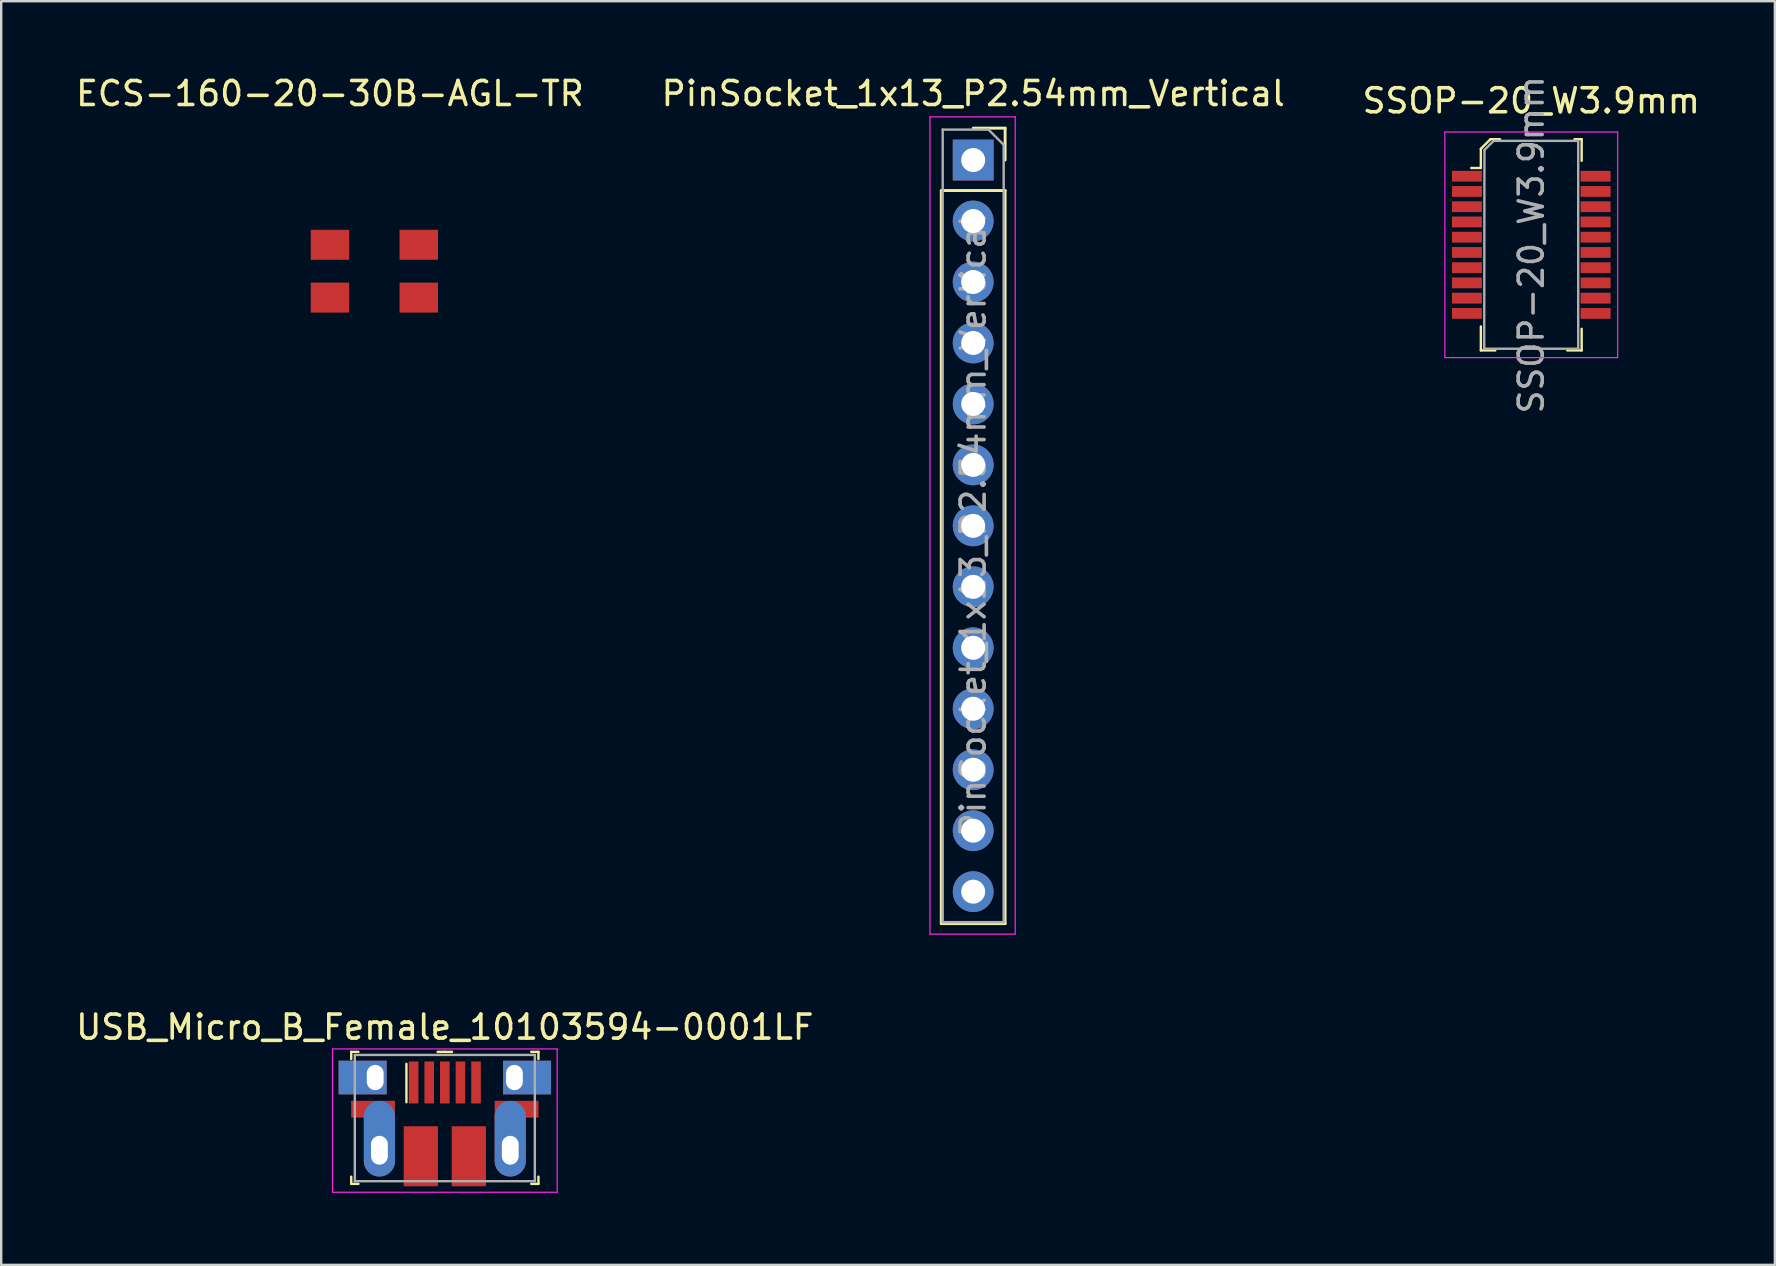
<source format=kicad_pcb>
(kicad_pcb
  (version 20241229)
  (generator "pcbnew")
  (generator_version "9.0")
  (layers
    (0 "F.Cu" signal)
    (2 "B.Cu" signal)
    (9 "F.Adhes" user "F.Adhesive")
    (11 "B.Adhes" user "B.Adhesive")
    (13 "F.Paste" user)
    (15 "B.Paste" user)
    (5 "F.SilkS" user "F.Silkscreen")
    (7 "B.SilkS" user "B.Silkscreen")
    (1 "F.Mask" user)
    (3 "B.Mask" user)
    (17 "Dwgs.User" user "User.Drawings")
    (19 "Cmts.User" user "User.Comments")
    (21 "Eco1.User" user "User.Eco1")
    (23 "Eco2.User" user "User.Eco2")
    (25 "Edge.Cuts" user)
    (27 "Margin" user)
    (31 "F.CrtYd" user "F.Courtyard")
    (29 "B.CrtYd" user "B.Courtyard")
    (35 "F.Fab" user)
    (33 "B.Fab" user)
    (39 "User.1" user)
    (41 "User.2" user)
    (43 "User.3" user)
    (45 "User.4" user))
  (footprint "USB_Micro_B_Female_10103594-0001LF"
    (layer "F.Cu")
    (at 15.482 44.871)
    (property "Reference" "USB_Micro_B_Female_10103594-0001LF" (at 0 -5.13 0) (layer "F.SilkS") (effects (font (size 1 1) (thickness 0.15))))
    (attr smd)
    (fp_line (start -3.9 -4.1) (end -3.9 -3.8) (stroke (width 0.1) (type solid)) (layer "F.SilkS"))
    (fp_line (start -3.9 -4.1) (end -3.6 -4.1) (stroke (width 0.1) (type solid)) (layer "F.SilkS"))
    (fp_line (start -3.9 1.4) (end -3.9 1.1) (stroke (width 0.1) (type solid)) (layer "F.SilkS"))
    (fp_line (start -3.9 1.4) (end -3.6 1.4) (stroke (width 0.1) (type solid)) (layer "F.SilkS"))
    (fp_line (start -1.6 -3.6) (end -1.6 -2) (stroke (width 0.1) (type solid)) (layer "F.SilkS"))
    (fp_line (start 0 -4.1) (end -0.3 -4.1) (stroke (width 0.1) (type solid)) (layer "F.SilkS"))
    (fp_line (start 0 -4.1) (end 0.3 -4.1) (stroke (width 0.1) (type solid)) (layer "F.SilkS"))
    (fp_line (start 3.9 -4.1) (end 3.6 -4.1) (stroke (width 0.1) (type solid)) (layer "F.SilkS"))
    (fp_line (start 3.9 -4.1) (end 3.9 -3.8) (stroke (width 0.1) (type solid)) (layer "F.SilkS"))
    (fp_line (start 3.9 1.4) (end 3.6 1.4) (stroke (width 0.1) (type solid)) (layer "F.SilkS"))
    (fp_line (start 3.9 1.4) (end 3.9 1.1) (stroke (width 0.1) (type solid)) (layer "F.SilkS"))
    (fp_line (start -4.68 -4.22) (end 4.68 -4.22) (stroke (width 0.05) (type solid)) (layer "F.CrtYd"))
    (fp_line (start -4.68 1.75) (end -4.68 -4.22) (stroke (width 0.05) (type solid)) (layer "F.CrtYd"))
    (fp_line (start -4.68 1.75) (end 4.68 1.75) (stroke (width 0.05) (type solid)) (layer "F.CrtYd"))
    (fp_line (start 4.68 1.75) (end 4.68 -4.22) (stroke (width 0.05) (type solid)) (layer "F.CrtYd"))
    (fp_line (start -3.75 -3.97) (end -3.75 1.29) (stroke (width 0.1) (type solid)) (layer "F.Fab"))
    (fp_line (start -3.75 -3.97) (end 3.75 -3.97) (stroke (width 0.1) (type solid)) (layer "F.Fab"))
    (fp_line (start -3.75 1.29) (end 3.75 1.29) (stroke (width 0.1) (type solid)) (layer "F.Fab"))
    (fp_line (start 3.75 -3.97) (end 3.75 1.29) (stroke (width 0.1) (type solid)) (layer "F.Fab"))
    (pad "1" smd rect (at -1.3 -2.825) (size 0.4 1.75) (layers "F.Cu" "F.Mask" "F.Paste"))
    (pad "2" smd rect (at -0.65 -2.825) (size 0.4 1.75) (layers "F.Cu" "F.Mask" "F.Paste"))
    (pad "3" smd rect (at 0 -2.825) (size 0.4 1.75) (layers "F.Cu" "F.Mask" "F.Paste"))
    (pad "4" smd rect (at 0.65 -2.825) (size 0.4 1.75) (layers "F.Cu" "F.Mask" "F.Paste"))
    (pad "5" smd rect (at 1.3 -2.825) (size 0.4 1.75) (layers "F.Cu" "F.Mask" "F.Paste"))
    (pad "SH" smd rect (at -2.99 -1.71) (size 1.825 0.7) (layers "F.Cu" "F.Mask" "F.Paste"))
    (pad "SH" thru_hole rect (at -2.9 -3.03) (size 2 1.4) (drill oval 0.7 1.05 (offset -0.525 0)) (layers "*.Cu" "*.Mask"))
    (pad "SH" thru_hole oval (at -2.725 0) (size 1.3 3.15) (drill oval 0.7 1.2 (offset 0 -0.48)) (layers "*.Cu" "*.Mask"))
    (pad "SH" smd rect (at -1 0.25) (size 1.425 2.5) (layers "F.Cu" "F.Mask" "F.Paste"))
    (pad "SH" smd rect (at 1 0.25) (size 1.425 2.5) (layers "F.Cu" "F.Mask" "F.Paste"))
    (pad "SH" thru_hole oval (at 2.725 0) (size 1.3 3.15) (drill oval 0.7 1.2 (offset 0 -0.48)) (layers "*.Cu" "*.Mask"))
    (pad "SH" thru_hole rect (at 2.9 -3.03) (size 2 1.4) (drill oval 0.7 1.05 (offset 0.525 0)) (layers "*.Cu" "*.Mask"))
    (pad "SH" smd rect (at 2.99 -1.71) (size 1.825 0.7) (layers "F.Cu" "F.Mask" "F.Paste")))
  (footprint "PinSocket_1x13_P2.54mm_Vertical"
    (layer "F.Cu")
    (at 37.494 3.618)
    (property "Reference" "PinSocket_1x13_P2.54mm_Vertical" (at 0 -2.77 0) (layer "F.SilkS") (effects (font (size 1 1) (thickness 0.15))))
    (attr through_hole)
    (fp_line (start -1.33 1.27) (end -1.33 31.81) (stroke (width 0.12) (type solid)) (layer "F.SilkS"))
    (fp_line (start -1.33 1.27) (end 1.33 1.27) (stroke (width 0.12) (type solid)) (layer "F.SilkS"))
    (fp_line (start -1.33 31.81) (end 1.33 31.81) (stroke (width 0.12) (type solid)) (layer "F.SilkS"))
    (fp_line (start 0 -1.33) (end 1.33 -1.33) (stroke (width 0.12) (type solid)) (layer "F.SilkS"))
    (fp_line (start 1.33 -1.33) (end 1.33 0) (stroke (width 0.12) (type solid)) (layer "F.SilkS"))
    (fp_line (start 1.33 1.27) (end 1.33 31.81) (stroke (width 0.12) (type solid)) (layer "F.SilkS"))
    (fp_line (start -1.8 -1.8) (end 1.75 -1.8) (stroke (width 0.05) (type solid)) (layer "F.CrtYd"))
    (fp_line (start -1.8 32.25) (end -1.8 -1.8) (stroke (width 0.05) (type solid)) (layer "F.CrtYd"))
    (fp_line (start 1.75 -1.8) (end 1.75 32.25) (stroke (width 0.05) (type solid)) (layer "F.CrtYd"))
    (fp_line (start 1.75 32.25) (end -1.8 32.25) (stroke (width 0.05) (type solid)) (layer "F.CrtYd"))
    (fp_line (start -1.27 -1.27) (end 0.635 -1.27) (stroke (width 0.1) (type solid)) (layer "F.Fab"))
    (fp_line (start -1.27 31.75) (end -1.27 -1.27) (stroke (width 0.1) (type solid)) (layer "F.Fab"))
    (fp_line (start 0.635 -1.27) (end 1.27 -0.635) (stroke (width 0.1) (type solid)) (layer "F.Fab"))
    (fp_line (start 1.27 -0.635) (end 1.27 31.75) (stroke (width 0.1) (type solid)) (layer "F.Fab"))
    (fp_line (start 1.27 31.75) (end -1.27 31.75) (stroke (width 0.1) (type solid)) (layer "F.Fab"))
    (fp_text user "${REFERENCE}" (at 0 15.24 90) (layer "F.Fab") (effects (font (size 1 1) (thickness 0.15))))
    (pad "1" thru_hole rect (at 0 0) (size 1.7 1.7) (drill 1) (layers "*.Cu" "*.Mask"))
    (pad "2" thru_hole oval (at 0 2.54) (size 1.7 1.7) (drill 1) (layers "*.Cu" "*.Mask"))
    (pad "3" thru_hole oval (at 0 5.08) (size 1.7 1.7) (drill 1) (layers "*.Cu" "*.Mask"))
    (pad "4" thru_hole oval (at 0 7.62) (size 1.7 1.7) (drill 1) (layers "*.Cu" "*.Mask"))
    (pad "5" thru_hole oval (at 0 10.16) (size 1.7 1.7) (drill 1) (layers "*.Cu" "*.Mask"))
    (pad "6" thru_hole oval (at 0 12.7) (size 1.7 1.7) (drill 1) (layers "*.Cu" "*.Mask"))
    (pad "7" thru_hole oval (at 0 15.24) (size 1.7 1.7) (drill 1) (layers "*.Cu" "*.Mask"))
    (pad "8" thru_hole oval (at 0 17.78) (size 1.7 1.7) (drill 1) (layers "*.Cu" "*.Mask"))
    (pad "9" thru_hole oval (at 0 20.32) (size 1.7 1.7) (drill 1) (layers "*.Cu" "*.Mask"))
    (pad "10" thru_hole oval (at 0 22.86) (size 1.7 1.7) (drill 1) (layers "*.Cu" "*.Mask"))
    (pad "11" thru_hole oval (at 0 25.4) (size 1.7 1.7) (drill 1) (layers "*.Cu" "*.Mask"))
    (pad "12" thru_hole oval (at 0 27.94) (size 1.7 1.7) (drill 1) (layers "*.Cu" "*.Mask"))
    (pad "13" thru_hole oval (at 0 30.48) (size 1.7 1.7) (drill 1) (layers "*.Cu" "*.Mask")))
  (footprint "ECS-160-20-30B-AGL-TR"
    (layer "F.Cu")
    (at 10.696 7.148)
    (property "Reference" "ECS-160-20-30B-AGL-TR" (at 0 -6.3 0) (layer "F.SilkS") (effects (font (size 1 1) (thickness 0.15))))
    (attr through_hole)
    (pad "1" smd rect (at 0 2.2) (size 1.6 1.25) (layers "F.Cu" "F.Mask" "F.Paste"))
    (pad "2" smd rect (at 3.7 2.2) (size 1.6 1.25) (layers "F.Cu" "F.Mask" "F.Paste"))
    (pad "3" smd rect (at 3.7 0) (size 1.6 1.25) (layers "F.Cu" "F.Mask" "F.Paste"))
    (pad "4" smd rect (at 0 0) (size 1.6 1.25) (layers "F.Cu" "F.Mask" "F.Paste")))
  (footprint "SSOP-20_W3.9mm"
    (layer "F.Cu")
    (at 60.744 7.149)
    (property "Reference" "SSOP-20_W3.9mm" (at 0 -6 0) (layer "F.SilkS") (effects (font (size 1 1) (thickness 0.15))))
    (attr smd)
    (fp_line (start -2.1 -4) (end -2.1 -3.2) (stroke (width 0.1) (type solid)) (layer "F.SilkS"))
    (fp_line (start -2.1 -3.2) (end -2.5 -3.2) (stroke (width 0.1) (type solid)) (layer "F.SilkS"))
    (fp_line (start -2.1 3.4) (end -2.1 4.4) (stroke (width 0.1) (type solid)) (layer "F.SilkS"))
    (fp_line (start -2.1 4.4) (end -1.5 4.4) (stroke (width 0.1) (type solid)) (layer "F.SilkS"))
    (fp_line (start -1.7 -4.4) (end -2.1 -4) (stroke (width 0.1) (type solid)) (layer "F.SilkS"))
    (fp_line (start -1.3 -4.4) (end -1.7 -4.4) (stroke (width 0.1) (type solid)) (layer "F.SilkS"))
    (fp_line (start 1.5 4.4) (end 2.1 4.4) (stroke (width 0.1) (type solid)) (layer "F.SilkS"))
    (fp_line (start 1.8 -4.4) (end 2.1 -4.4) (stroke (width 0.1) (type solid)) (layer "F.SilkS"))
    (fp_line (start 2.1 -4.4) (end 2.1 -3.5) (stroke (width 0.1) (type solid)) (layer "F.SilkS"))
    (fp_line (start 2.1 4.4) (end 2.1 3.5) (stroke (width 0.1) (type solid)) (layer "F.SilkS"))
    (fp_line (start -3.6 -4.7) (end -3.6 4.7) (stroke (width 0.05) (type solid)) (layer "F.CrtYd"))
    (fp_line (start -3.6 -4.7) (end 3.6 -4.7) (stroke (width 0.05) (type solid)) (layer "F.CrtYd"))
    (fp_line (start -3.6 4.7) (end 3.6 4.7) (stroke (width 0.05) (type solid)) (layer "F.CrtYd"))
    (fp_line (start 3.6 -4.7) (end 3.6 4.7) (stroke (width 0.05) (type solid)) (layer "F.CrtYd"))
    (fp_line (start -1.96 4.33) (end -1.95 -3.95) (stroke (width 0.1) (type solid)) (layer "F.Fab"))
    (fp_line (start -1.956 4.331) (end 1.956 4.331) (stroke (width 0.1) (type solid)) (layer "F.Fab"))
    (fp_line (start -1.95 -3.95) (end -1.575 -4.325) (stroke (width 0.1) (type solid)) (layer "F.Fab"))
    (fp_line (start 1.95 -4.33) (end -1.57 -4.33) (stroke (width 0.1) (type solid)) (layer "F.Fab"))
    (fp_line (start 1.956 -4.331) (end 1.956 4.331) (stroke (width 0.1) (type solid)) (layer "F.Fab"))
    (fp_text user "${REFERENCE}" (at 0 0 90) (layer "F.Fab") (effects (font (size 1 1) (thickness 0.15))))
    (pad "1" smd rect (at -2.68 -2.857) (size 1.25 0.45) (layers "F.Cu" "F.Mask" "F.Paste"))
    (pad "2" smd rect (at -2.68 -2.223) (size 1.25 0.45) (layers "F.Cu" "F.Mask" "F.Paste"))
    (pad "3" smd rect (at -2.68 -1.587) (size 1.25 0.45) (layers "F.Cu" "F.Mask" "F.Paste"))
    (pad "4" smd rect (at -2.68 -0.953) (size 1.25 0.45) (layers "F.Cu" "F.Mask" "F.Paste"))
    (pad "5" smd rect (at -2.68 -0.318) (size 1.25 0.45) (layers "F.Cu" "F.Mask" "F.Paste"))
    (pad "6" smd rect (at -2.68 0.318) (size 1.25 0.45) (layers "F.Cu" "F.Mask" "F.Paste"))
    (pad "7" smd rect (at -2.68 0.953) (size 1.25 0.45) (layers "F.Cu" "F.Mask" "F.Paste"))
    (pad "8" smd rect (at -2.68 1.587) (size 1.25 0.45) (layers "F.Cu" "F.Mask" "F.Paste"))
    (pad "9" smd rect (at -2.68 2.223) (size 1.25 0.45) (layers "F.Cu" "F.Mask" "F.Paste"))
    (pad "10" smd rect (at -2.68 2.857) (size 1.25 0.45) (layers "F.Cu" "F.Mask" "F.Paste"))
    (pad "11" smd rect (at 2.68 2.857) (size 1.25 0.45) (layers "F.Cu" "F.Mask" "F.Paste"))
    (pad "12" smd rect (at 2.68 2.223) (size 1.25 0.45) (layers "F.Cu" "F.Mask" "F.Paste"))
    (pad "13" smd rect (at 2.68 1.587) (size 1.25 0.45) (layers "F.Cu" "F.Mask" "F.Paste"))
    (pad "14" smd rect (at 2.68 0.953) (size 1.25 0.45) (layers "F.Cu" "F.Mask" "F.Paste"))
    (pad "15" smd rect (at 2.68 0.318) (size 1.25 0.45) (layers "F.Cu" "F.Mask" "F.Paste"))
    (pad "16" smd rect (at 2.68 -0.318) (size 1.25 0.45) (layers "F.Cu" "F.Mask" "F.Paste"))
    (pad "17" smd rect (at 2.68 -0.953) (size 1.25 0.45) (layers "F.Cu" "F.Mask" "F.Paste"))
    (pad "18" smd rect (at 2.68 -1.587) (size 1.25 0.45) (layers "F.Cu" "F.Mask" "F.Paste"))
    (pad "19" smd rect (at 2.68 -2.223) (size 1.25 0.45) (layers "F.Cu" "F.Mask" "F.Paste"))
    (pad "20" smd rect (at 2.68 -2.857) (size 1.25 0.45) (layers "F.Cu" "F.Mask" "F.Paste")))
  (gr_rect
    (start -3 -3)
    (end 70.893 49.647)
    (stroke (width 0.1) (type default))
    (fill no)
    (layer "Edge.Cuts")))
</source>
